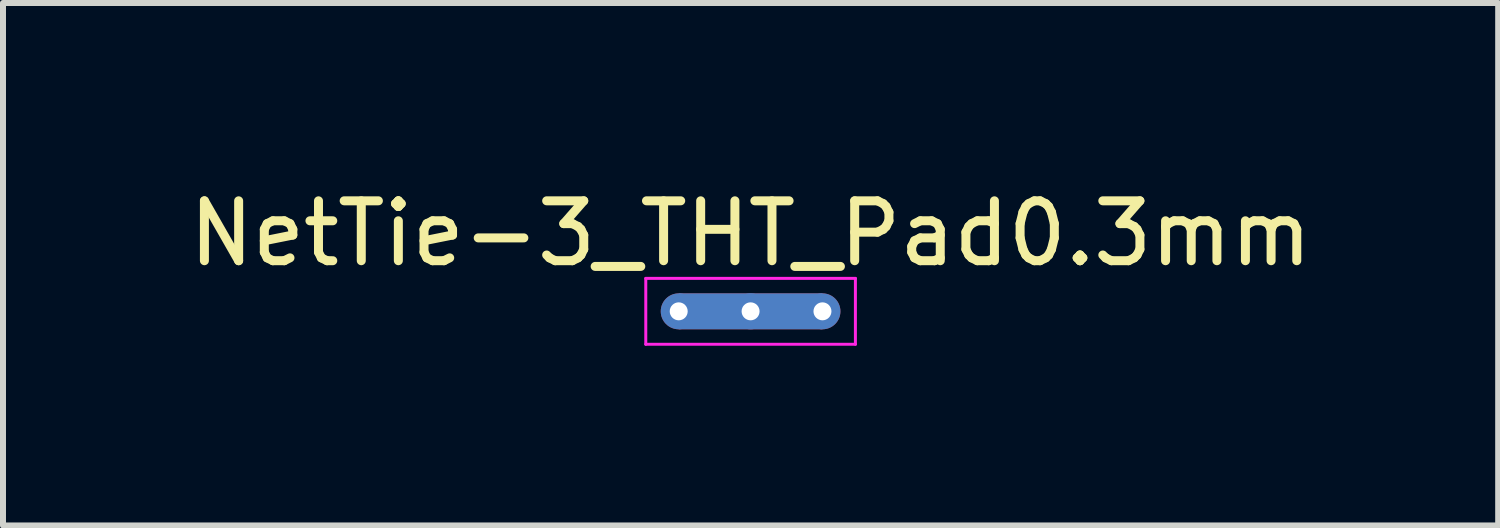
<source format=kicad_pcb>
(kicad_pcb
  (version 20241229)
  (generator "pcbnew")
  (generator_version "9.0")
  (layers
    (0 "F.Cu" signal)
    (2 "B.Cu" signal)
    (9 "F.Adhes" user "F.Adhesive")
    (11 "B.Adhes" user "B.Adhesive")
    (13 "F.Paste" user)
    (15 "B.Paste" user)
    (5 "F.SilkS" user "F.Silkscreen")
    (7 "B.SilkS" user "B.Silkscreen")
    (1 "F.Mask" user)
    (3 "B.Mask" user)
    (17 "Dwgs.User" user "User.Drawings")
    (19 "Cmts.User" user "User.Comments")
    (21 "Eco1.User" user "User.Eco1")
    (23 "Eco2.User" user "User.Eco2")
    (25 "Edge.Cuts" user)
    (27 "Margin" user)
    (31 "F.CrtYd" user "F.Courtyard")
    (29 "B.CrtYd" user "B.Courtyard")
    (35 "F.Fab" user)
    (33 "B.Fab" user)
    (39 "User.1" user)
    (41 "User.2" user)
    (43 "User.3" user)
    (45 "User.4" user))
  (footprint "NetTie-3_THT_Pad0.3mm"
    (layer "F.Cu")
    (at 8.282 2.148)
    (property "Reference" "NetTie-3_THT_Pad0.3mm" (at 1.2 -1.3 0) (layer "F.SilkS") (effects (font (size 1 1) (thickness 0.15))))
    (attr exclude_from_pos_files exclude_from_bom)
    (fp_poly (pts (xy 0 -0.3) (xy 2.4 -0.3) (xy 2.4 0.3) (xy 0 0.3)) (stroke (width 0) (type solid)) (fill yes) (layer "F.Cu"))
    (fp_poly (pts (xy 0 -0.3) (xy 2.4 -0.3) (xy 2.4 0.3) (xy 0 0.3)) (stroke (width 0) (type solid)) (fill yes) (layer "B.Cu"))
    (fp_line (start -0.55 -0.55) (end 2.95 -0.55) (stroke (width 0.05) (type solid)) (layer "F.CrtYd"))
    (fp_line (start -0.55 0.55) (end -0.55 -0.55) (stroke (width 0.05) (type solid)) (layer "F.CrtYd"))
    (fp_line (start 2.95 -0.55) (end 2.95 0.55) (stroke (width 0.05) (type solid)) (layer "F.CrtYd"))
    (fp_line (start 2.95 0.55) (end -0.55 0.55) (stroke (width 0.05) (type solid)) (layer "F.CrtYd"))
    (pad "1" thru_hole circle (at 0 0) (size 0.6 0.6) (drill 0.3) (layers "*.Cu"))
    (pad "2" thru_hole circle (at 1.2 0) (size 0.6 0.6) (drill 0.3) (layers "*.Cu"))
    (pad "3" thru_hole circle (at 2.4 0) (size 0.6 0.6) (drill 0.3) (layers "*.Cu")))
  (gr_rect
    (start -3 -3)
    (end 21.964 5.723)
    (stroke (width 0.1) (type default))
    (fill no)
    (layer "Edge.Cuts")))
</source>
